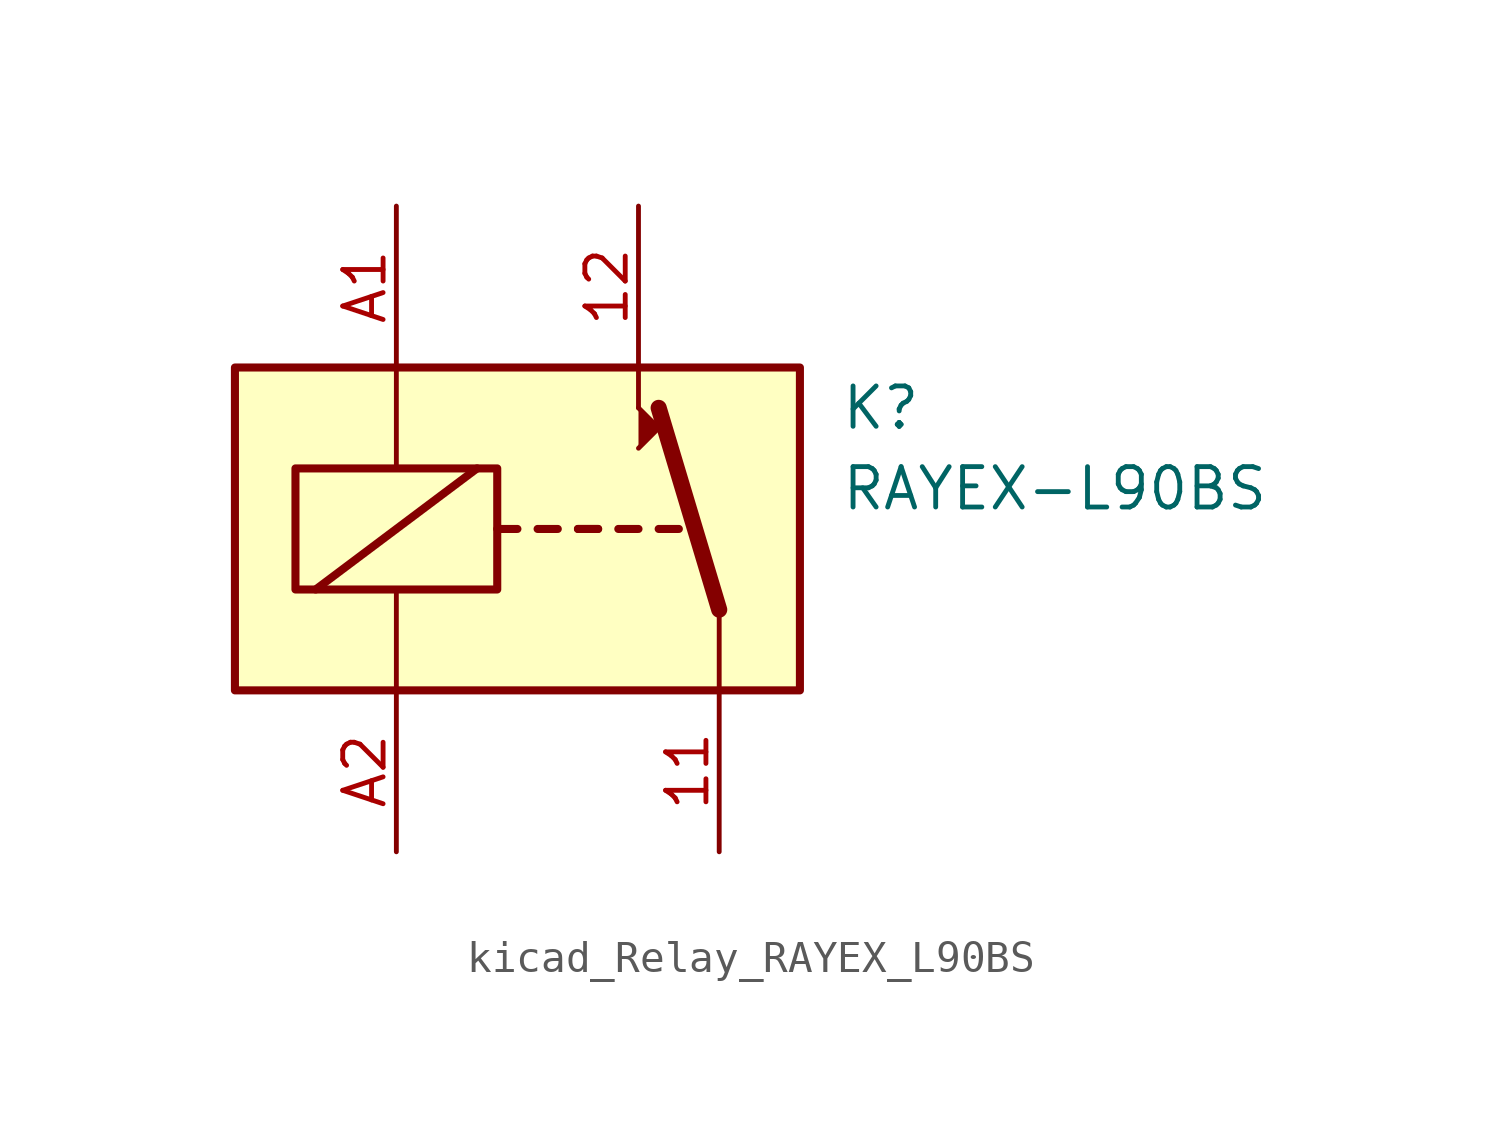
<source format=kicad_sym>
(kicad_symbol_lib
  (version 20220914)
  (generator kicad_symbol_editor)
  (symbol "kicad_Relay_RAYEX_L90BS"
    (property "Reference" "K"
      (at 8.89 3.81 0)
      (effects (font (size 1.27 1.27)) (justify left)))
    (property "Value" "RAYEX-L90BS"
      (at 8.89 1.27 0)
      (effects (font (size 1.27 1.27)) (justify left)))
    (symbol "kicad_Relay_RAYEX_L90BS_1_0"
      (polyline (pts (xy 2.54 3.81) (xy 2.54 5.08)) (stroke (width 0) (type default)) (fill (type none))))
    (symbol "kicad_Relay_RAYEX_L90BS_1_1"
      (rectangle (start -10.16 5.08) (end 7.62 -5.08) (stroke (width 0.254) (type default)) (fill (type background)))
      (rectangle (start -8.255 1.905) (end -1.905 -1.905) (stroke (width 0.254) (type default)) (fill (type none)))
      (polyline (pts (xy -7.62 -1.905) (xy -2.54 1.905)) (stroke (width 0.254) (type default)) (fill (type none)))
      (polyline (pts (xy -5.08 -5.08) (xy -5.08 -1.905)) (stroke (width 0) (type default)) (fill (type none)))
      (polyline (pts (xy -5.08 5.08) (xy -5.08 1.905)) (stroke (width 0) (type default)) (fill (type none)))
      (polyline (pts (xy -1.905 0) (xy -1.27 0)) (stroke (width 0.254) (type default)) (fill (type none)))
      (polyline (pts (xy -0.635 0) (xy 0 0)) (stroke (width 0.254) (type default)) (fill (type none)))
      (polyline (pts (xy 0.635 0) (xy 1.27 0)) (stroke (width 0.254) (type default)) (fill (type none)))
      (polyline (pts (xy 0.635 0) (xy 1.27 0)) (stroke (width 0.254) (type default)) (fill (type none)))
      (polyline (pts (xy 1.905 0) (xy 2.54 0)) (stroke (width 0.254) (type default)) (fill (type none)))
      (polyline (pts (xy 3.175 0) (xy 3.81 0)) (stroke (width 0.254) (type default)) (fill (type none)))
      (polyline (pts (xy 5.08 -2.54) (xy 3.175 3.81)) (stroke (width 0.508) (type default)) (fill (type none)))
      (polyline (pts (xy 5.08 -2.54) (xy 5.08 -5.08)) (stroke (width 0) (type default)) (fill (type none)))
      (polyline (pts (xy 2.54 2.54) (xy 3.175 3.175) (xy 2.54 3.81)) (stroke (width 0) (type default)) (fill (type outline)))
      (pin passive line (at 5.08 -10.16 90) (length 5.08) (name "~" (effects (font (size 1.27 1.27)))) (number "11" (effects (font (size 1.27 1.27)))))
      (pin passive line (at 2.54 10.16 270) (length 5.08) (name "~" (effects (font (size 1.27 1.27)))) (number "12" (effects (font (size 1.27 1.27)))))
      (pin passive line (at -5.08 10.16 270) (length 5.08) (name "~" (effects (font (size 1.27 1.27)))) (number "A1" (effects (font (size 1.27 1.27)))))
      (pin passive line (at -5.08 -10.16 90) (length 5.08) (name "~" (effects (font (size 1.27 1.27)))) (number "A2" (effects (font (size 1.27 1.27))))))))
</source>
